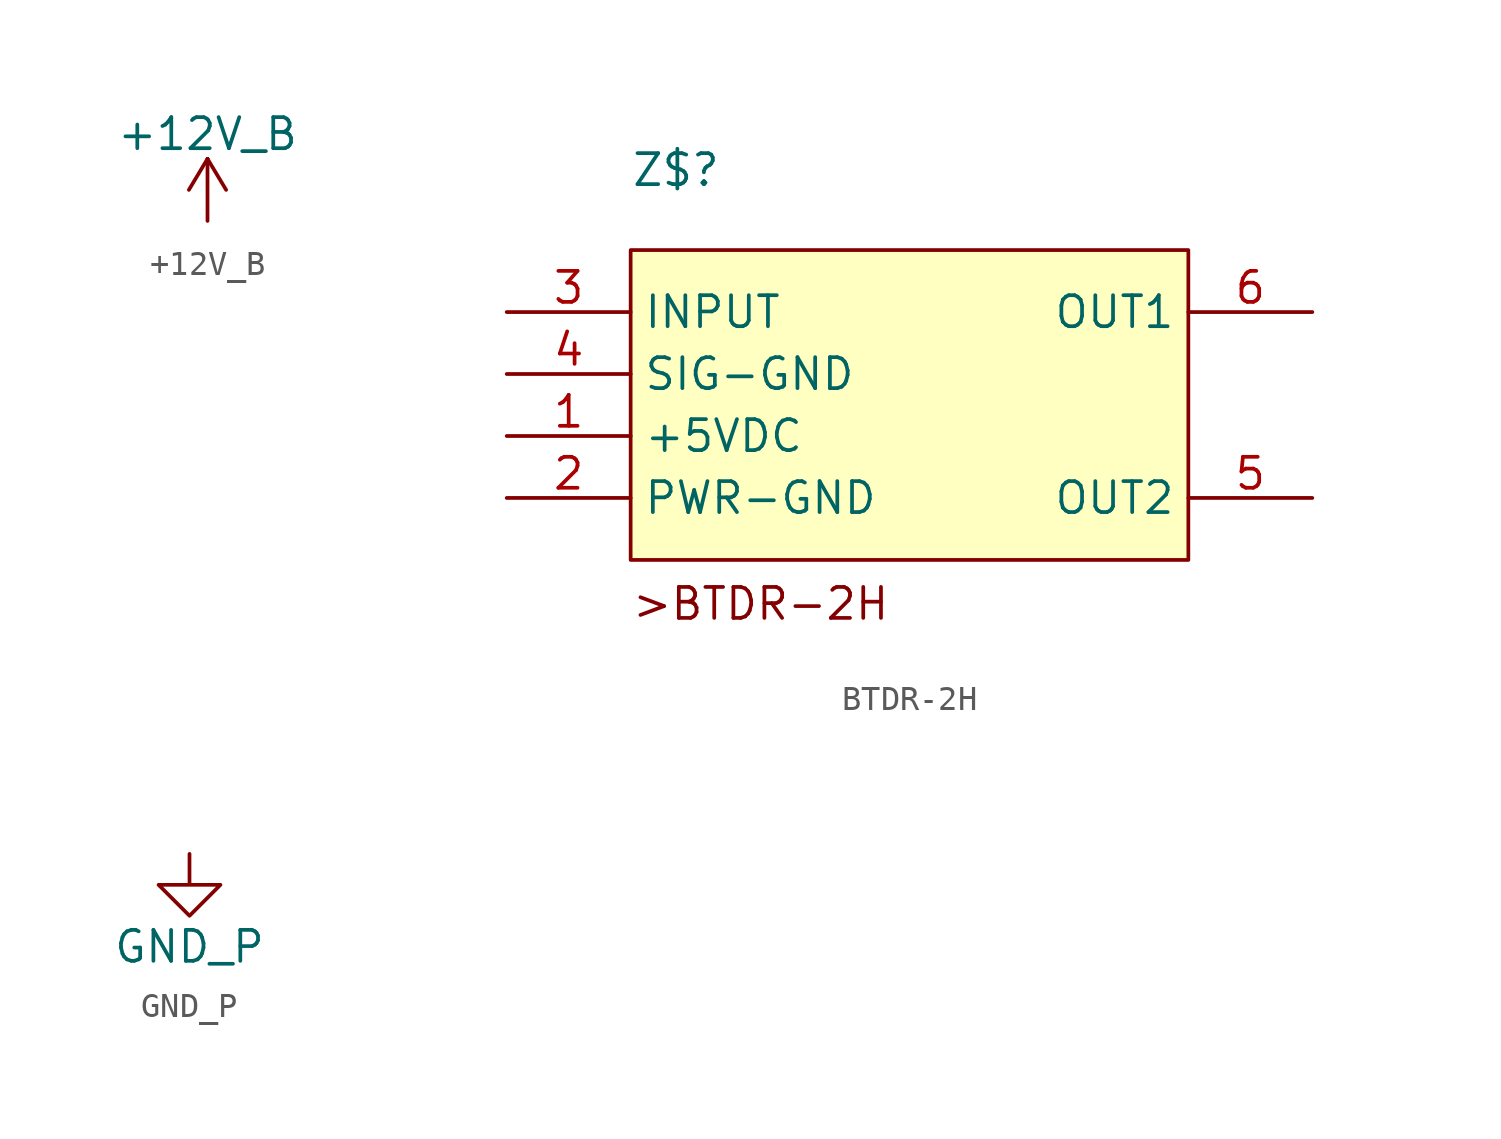
<source format=kicad_sym>
(kicad_symbol_lib
  (version 20220914)
  (generator kicad_symbol_editor)
  (symbol "+12V_B"
    (power)
    (pin_names
      (offset 0))
    (property "Reference" "#PWR"
      (at 0 -3.81 0)
      (effects (font (size 1.27 1.27)) hide))
    (property "Value" "+12V_B"
      (at 0 3.556 0)
      (effects (font (size 1.27 1.27))))
    (symbol "+12V_B_0_1"
      (polyline (pts (xy -0.762 1.27) (xy 0 2.54)) (stroke (width 0) (type default)) (fill (type none)))
      (polyline (pts (xy 0 0) (xy 0 2.54)) (stroke (width 0) (type default)) (fill (type none)))
      (polyline (pts (xy 0 2.54) (xy 0.762 1.27)) (stroke (width 0) (type default)) (fill (type none))))
    (symbol "+12V_B_1_1"
      (pin power_in line (at 0 0 90) (length 0) hide (name "+12V_B" (effects (font (size 1.27 1.27)))) (number "1" (effects (font (size 1.27 1.27)))))))
  (symbol "BTDR-2H"
    (property "Reference" "Z$"
      (at -10.16 10.16 0)
      (effects (font (size 1.27 1.27)) (justify left bottom)))
    (property "ki_locked" ""
      (at 0 0 0)
      (effects (font (size 1.27 1.27))))
    (symbol "BTDR-2H_1_0"
      (text ">BTDR-2H" (at -10.16 -7.62 0) (effects (font (size 1.27 1.27)) (justify left bottom)))
      (pin power_in line (at -15.24 0 0) (length 5.08) (name "+5VDC" (effects (font (size 1.27 1.27)))) (number "1" (effects (font (size 1.27 1.27)))))
      (pin power_in line (at -15.24 -2.54 0) (length 5.08) (name "PWR-GND" (effects (font (size 1.27 1.27)))) (number "2" (effects (font (size 1.27 1.27)))))
      (pin input line (at -15.24 5.08 0) (length 5.08) (name "INPUT" (effects (font (size 1.27 1.27)))) (number "3" (effects (font (size 1.27 1.27)))))
      (pin power_in line (at -15.24 2.54 0) (length 5.08) (name "SIG-GND" (effects (font (size 1.27 1.27)))) (number "4" (effects (font (size 1.27 1.27)))))
      (pin output line (at 17.78 -2.54 180) (length 5.08) (name "OUT2" (effects (font (size 1.27 1.27)))) (number "5" (effects (font (size 1.27 1.27)))))
      (pin power_out line (at 17.78 5.08 180) (length 5.08) (name "OUT1" (effects (font (size 1.27 1.27)))) (number "6" (effects (font (size 1.27 1.27))))))
    (symbol "BTDR-2H_1_1"
      (rectangle (start -10.16 7.62) (end 12.7 -5.08) (stroke (width 0.152) (type default)) (fill (type background)))))
  (symbol "GND_P"
    (power)
    (pin_names
      (offset 0))
    (property "Reference" "#PWR"
      (at 0 -6.35 0)
      (effects (font (size 1.27 1.27)) hide))
    (property "Value" "GND_P"
      (at 0 -3.81 0)
      (effects (font (size 1.27 1.27))))
    (symbol "GND_P_0_1"
      (polyline (pts (xy 0 0) (xy 0 -1.27) (xy 1.27 -1.27) (xy 0 -2.54) (xy -1.27 -1.27) (xy 0 -1.27)) (stroke (width 0) (type default)) (fill (type none))))
    (symbol "GND_P_1_1"
      (pin power_in line (at 0 0 270) (length 0) hide (name "GND_P" (effects (font (size 1.27 1.27)))) (number "1" (effects (font (size 1.27 1.27))))))))
</source>
